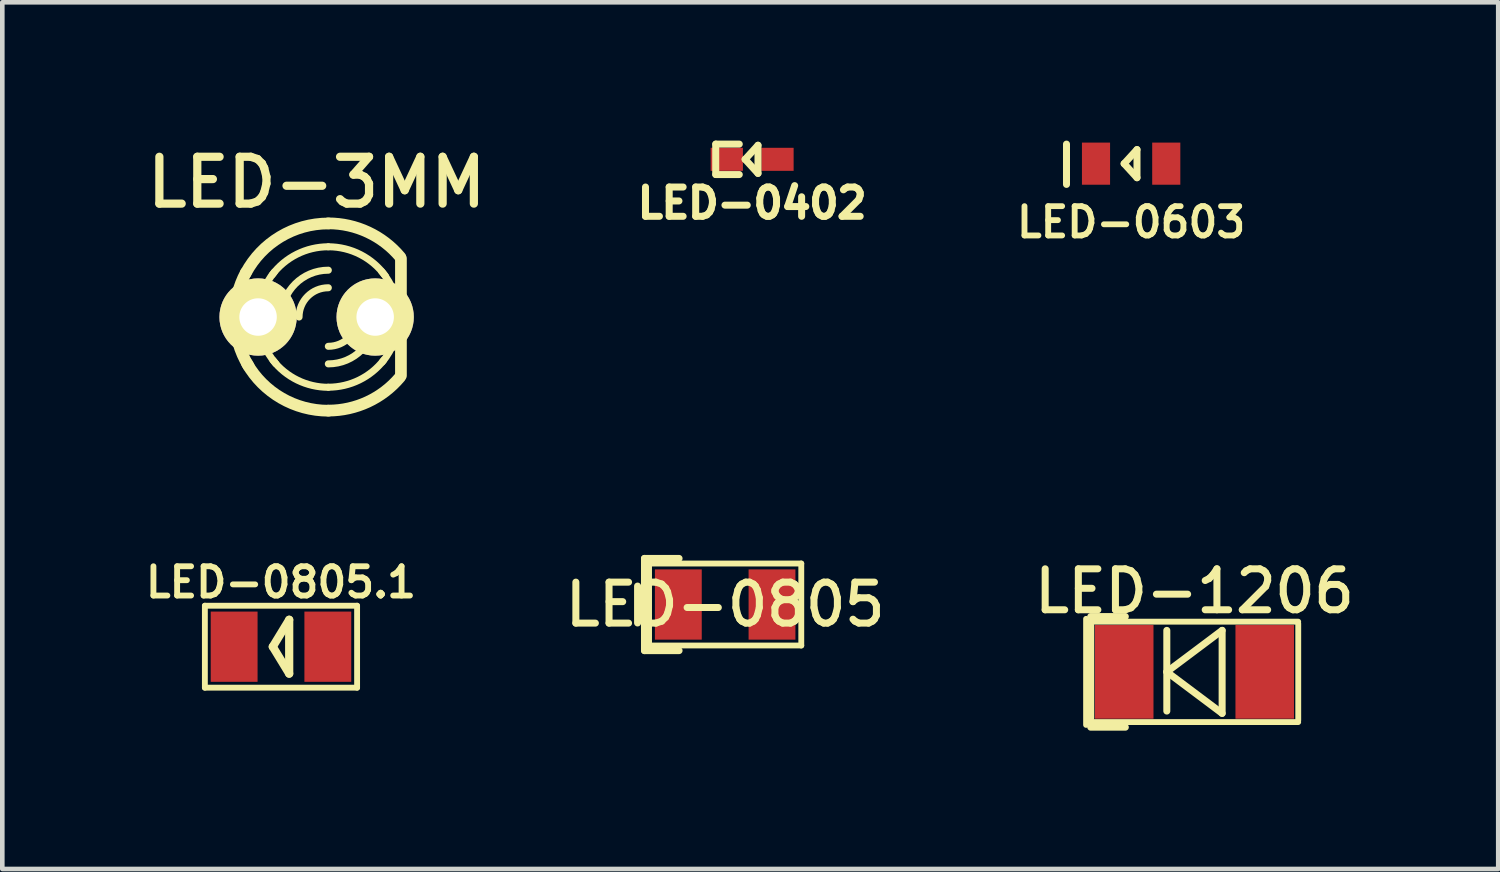
<source format=kicad_pcb>
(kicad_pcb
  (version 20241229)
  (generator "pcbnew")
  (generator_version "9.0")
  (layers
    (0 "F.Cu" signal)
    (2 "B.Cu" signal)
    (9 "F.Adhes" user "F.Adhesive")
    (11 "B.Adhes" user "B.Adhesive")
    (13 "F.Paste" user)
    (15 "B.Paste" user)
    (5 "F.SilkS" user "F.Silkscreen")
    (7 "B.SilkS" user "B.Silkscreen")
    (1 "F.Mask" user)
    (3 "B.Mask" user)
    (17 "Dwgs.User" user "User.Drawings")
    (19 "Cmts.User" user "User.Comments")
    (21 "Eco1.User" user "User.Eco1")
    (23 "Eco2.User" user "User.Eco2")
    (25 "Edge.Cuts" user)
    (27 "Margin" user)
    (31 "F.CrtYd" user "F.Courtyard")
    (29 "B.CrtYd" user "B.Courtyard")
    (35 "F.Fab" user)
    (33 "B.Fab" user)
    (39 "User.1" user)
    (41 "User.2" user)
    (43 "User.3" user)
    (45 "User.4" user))
  (footprint "LED-3MM"
    (layer "F.Cu")
    (at 3.818 3.827)
    (property "Reference" "LED-3MM" (at 0 -2.921 0) (layer "F.SilkS") (effects (font (size 1.016 1.016) (thickness 0.178))))
    (attr through_hole)
    (fp_line (start 1.829 1.27) (end 1.829 -1.27) (stroke (width 0.254) (type solid)) (layer "F.SilkS"))
    (fp_arc (start -1.778 0) (mid -1.716347 -0.496745) (end -1.53513 -0.963347) (stroke (width 0.254) (type solid)) (layer "F.SilkS"))
    (fp_arc (start -1.5367 -0.95504) (mid -0.790567 -1.739997) (end 0.253025 -2.02946) (stroke (width 0.254) (type solid)) (layer "F.SilkS"))
    (fp_arc (start -1.47574 1.06426) (mid -1.700164 0.553076) (end -1.776923 0.0001) (stroke (width 0.254) (type solid)) (layer "F.SilkS"))
    (fp_arc (start -1.27 0) (mid -1.178999 -0.518738) (end -0.916864 -0.975527) (stroke (width 0.1524) (type solid)) (layer "F.SilkS"))
    (fp_arc (start -0.9652 -0.9144) (mid -0.427912 -1.362928) (end 0.253199 -1.524) (stroke (width 0.1524) (type solid)) (layer "F.SilkS"))
    (fp_arc (start -0.88392 1.01092) (mid -1.168742 0.540951) (end -1.268111 0.000469) (stroke (width 0.1524) (type solid)) (layer "F.SilkS"))
    (fp_arc (start -0.762 0) (mid -0.46442 -0.71842) (end 0.254 -1.016) (stroke (width 0.1524) (type solid)) (layer "F.SilkS"))
    (fp_arc (start -0.381 0) (mid -0.195013 -0.449013) (end 0.254 -0.635) (stroke (width 0.1524) (type solid)) (layer "F.SilkS"))
    (fp_arc (start 0.254 -2.032) (mid 1.114367 -1.840867) (end 1.81288 -1.303426) (stroke (width 0.254) (type solid)) (layer "F.SilkS"))
    (fp_arc (start 0.254 -1.524) (mid 0.950618 -1.35547) (end 1.493166 -0.887155) (stroke (width 0.1524) (type solid)) (layer "F.SilkS"))
    (fp_arc (start 0.254 1.524) (mid -0.415273 1.369179) (end -0.948564 0.936171) (stroke (width 0.1524) (type solid)) (layer "F.SilkS"))
    (fp_arc (start 0.254 2.032) (mid -0.76507 1.757988) (end -1.509299 1.009851) (stroke (width 0.254) (type solid)) (layer "F.SilkS"))
    (fp_arc (start 0.889 0) (mid 0.703013 0.449013) (end 0.254 0.635) (stroke (width 0.1524) (type solid)) (layer "F.SilkS"))
    (fp_arc (start 1.27 0) (mid 0.97242 0.71842) (end 0.254 1.016) (stroke (width 0.1524) (type solid)) (layer "F.SilkS"))
    (fp_arc (start 1.4097 -0.9906) (mid 1.681593 -0.528119) (end 1.776147 -0.000034) (stroke (width 0.1524) (type solid)) (layer "F.SilkS"))
    (fp_arc (start 1.45542 0.93472) (mid 0.922882 1.367373) (end 0.254442 1.522206) (stroke (width 0.1524) (type solid)) (layer "F.SilkS"))
    (fp_arc (start 1.778 0) (mid 1.686999 0.518738) (end 1.424864 0.975527) (stroke (width 0.1524) (type solid)) (layer "F.SilkS"))
    (fp_arc (start 1.8034 1.31064) (mid 1.109154 1.840416) (end 0.256552 2.029387) (stroke (width 0.254) (type solid)) (layer "F.SilkS"))
    (pad "A" thru_hole circle (at -1.27 0) (size 1.676 1.676) (drill 0.813) (layers "*.Cu" "*.Mask" "F.SilkS"))
    (pad "K" thru_hole circle (at 1.27 0) (size 1.676 1.676) (drill 0.813) (layers "*.Cu" "*.Mask" "F.SilkS")))
  (footprint "LED-0402"
    (layer "F.Cu")
    (at 13.265 0.406)
    (property "Reference" "LED-0402" (at 0 0.95 0) (layer "F.SilkS") (effects (font (size 0.635 0.635) (thickness 0.152))))
    (attr smd)
    (fp_line (start -0.79 -0.33) (end -0.79 0.33) (stroke (width 0.152) (type solid)) (layer "F.SilkS"))
    (fp_line (start -0.787 -0.33) (end -0.279 -0.33) (stroke (width 0.152) (type solid)) (layer "F.SilkS"))
    (fp_line (start -0.787 0.33) (end -0.279 0.33) (stroke (width 0.152) (type solid)) (layer "F.SilkS"))
    (fp_line (start -0.152 0) (end 0.127 -0.305) (stroke (width 0.152) (type solid)) (layer "F.SilkS"))
    (fp_line (start 0.127 -0.305) (end 0.127 0.305) (stroke (width 0.152) (type solid)) (layer "F.SilkS"))
    (fp_line (start 0.127 0.305) (end -0.152 0) (stroke (width 0.152) (type solid)) (layer "F.SilkS"))
    (pad "A" smd rect (at 0.55 0) (size 0.7 0.5) (layers "F.Cu" "F.Mask" "F.Paste"))
    (pad "K" smd rect (at -0.55 0) (size 0.7 0.5) (layers "F.Cu" "F.Mask" "F.Paste")))
  (footprint "LED-1206"
    (layer "F.Cu")
    (at 22.86 11.524)
    (property "Reference" "LED-1206" (at 0 -1.75 0) (layer "F.SilkS") (effects (font (size 0.889 0.889) (thickness 0.152))))
    (attr smd)
    (fp_line (start -2.351 1.15) (end -2.351 -1.15) (stroke (width 0.127) (type solid)) (layer "F.SilkS"))
    (fp_line (start -2.25 -1.089) (end 2.25 -1.089) (stroke (width 0.127) (type solid)) (layer "F.SilkS"))
    (fp_line (start -2.25 -1) (end -2.25 1) (stroke (width 0.152) (type solid)) (layer "F.SilkS"))
    (fp_line (start -2.25 1.2) (end -1.5 1.2) (stroke (width 0.152) (type solid)) (layer "F.SilkS"))
    (fp_line (start -1.5 -1.2) (end -2.25 -1.2) (stroke (width 0.152) (type solid)) (layer "F.SilkS"))
    (fp_line (start -0.6 -0.9) (end -0.6 0.85) (stroke (width 0.152) (type solid)) (layer "F.SilkS"))
    (fp_line (start -0.6 0) (end 0.6 -0.9) (stroke (width 0.152) (type solid)) (layer "F.SilkS"))
    (fp_line (start 0.6 -0.9) (end 0.6 0.9) (stroke (width 0.152) (type solid)) (layer "F.SilkS"))
    (fp_line (start 0.6 0.9) (end -0.6 0) (stroke (width 0.152) (type solid)) (layer "F.SilkS"))
    (fp_line (start 2.25 1.089) (end -2.25 1.089) (stroke (width 0.127) (type solid)) (layer "F.SilkS"))
    (fp_line (start 2.251 -1.05) (end 2.251 1.05) (stroke (width 0.127) (type solid)) (layer "F.SilkS"))
    (pad "A" smd rect (at 1.524 0 90) (size 2.032 1.27) (layers "F.Cu" "F.Mask" "F.Paste"))
    (pad "K" smd rect (at -1.524 0 90) (size 2.032 1.27) (layers "F.Cu" "F.Mask" "F.Paste")))
  (footprint "LED-0603"
    (layer "F.Cu")
    (at 21.486 0.5)
    (property "Reference" "LED-0603" (at 0 1.27 0) (layer "F.SilkS") (effects (font (size 0.635 0.635) (thickness 0.127))))
    (attr smd)
    (fp_line (start -1.402 -0.424) (end -1.402 0.45) (stroke (width 0.152) (type solid)) (layer "F.SilkS"))
    (fp_line (start -0.152 0) (end 0.127 -0.305) (stroke (width 0.152) (type solid)) (layer "F.SilkS"))
    (fp_line (start 0.127 -0.305) (end 0.127 0.305) (stroke (width 0.152) (type solid)) (layer "F.SilkS"))
    (fp_line (start 0.127 0.305) (end -0.152 0) (stroke (width 0.152) (type solid)) (layer "F.SilkS"))
    (pad "A" smd rect (at 0.762 0) (size 0.61 0.914) (layers "F.Cu" "F.Mask" "F.Paste"))
    (pad "K" smd rect (at -0.762 0) (size 0.61 0.914) (layers "F.Cu" "F.Mask" "F.Paste")))
  (footprint "LED-0805.1"
    (layer "F.Cu")
    (at 3.045 10.978)
    (property "Reference" "LED-0805.1" (at 0 -1.397 180) (layer "F.SilkS") (effects (font (size 0.635 0.635) (thickness 0.127))))
    (attr smd)
    (fp_line (start -1.651 -0.889) (end 1.651 -0.889) (stroke (width 0.127) (type solid)) (layer "F.SilkS"))
    (fp_line (start -1.651 0.889) (end -1.651 -0.889) (stroke (width 0.127) (type solid)) (layer "F.SilkS"))
    (fp_line (start -0.178 0) (end 0.178 -0.584) (stroke (width 0.178) (type solid)) (layer "F.SilkS"))
    (fp_line (start 0.178 0.584) (end -0.178 0) (stroke (width 0.178) (type solid)) (layer "F.SilkS"))
    (fp_line (start 0.178 0.584) (end 0.178 -0.584) (stroke (width 0.178) (type solid)) (layer "F.SilkS"))
    (fp_line (start 1.651 -0.889) (end 1.651 0.889) (stroke (width 0.127) (type solid)) (layer "F.SilkS"))
    (fp_line (start 1.651 0.889) (end -1.651 0.889) (stroke (width 0.127) (type solid)) (layer "F.SilkS"))
    (pad "A" smd rect (at 1.016 0 90) (size 1.524 1.016) (layers "F.Cu" "F.Mask" "F.Paste"))
    (pad "K" smd rect (at -1.016 0 90) (size 1.524 1.016) (layers "F.Cu" "F.Mask" "F.Paste")))
  (footprint "LED-0805"
    (layer "F.Cu")
    (at 12.68 10.063)
    (property "Reference" "LED-0805" (at 0 0 0) (layer "F.SilkS") (effects (font (size 0.889 0.889) (thickness 0.152))))
    (attr smd)
    (fp_line (start -1.9 -0.4) (end -1.9 0.4) (stroke (width 0.152) (type solid)) (layer "F.SilkS"))
    (fp_line (start -1.75 -1) (end -1.75 1) (stroke (width 0.152) (type solid)) (layer "F.SilkS"))
    (fp_line (start -1.75 1) (end -1 1) (stroke (width 0.152) (type solid)) (layer "F.SilkS"))
    (fp_line (start -1.651 -0.889) (end 1.651 -0.889) (stroke (width 0.127) (type solid)) (layer "F.SilkS"))
    (fp_line (start -1.651 0.889) (end -1.651 -0.889) (stroke (width 0.127) (type solid)) (layer "F.SilkS"))
    (fp_line (start -1 -1) (end -1.75 -1) (stroke (width 0.152) (type solid)) (layer "F.SilkS"))
    (fp_line (start 1.651 -0.889) (end 1.651 0.889) (stroke (width 0.127) (type solid)) (layer "F.SilkS"))
    (fp_line (start 1.651 0.889) (end -1.651 0.889) (stroke (width 0.127) (type solid)) (layer "F.SilkS"))
    (pad "A" smd rect (at 1.016 0 90) (size 1.524 1.016) (layers "F.Cu" "F.Mask" "F.Paste"))
    (pad "K" smd rect (at -1.016 0 90) (size 1.524 1.016) (layers "F.Cu" "F.Mask" "F.Paste")))
  (gr_rect
    (start -3 -3)
    (end 29.449 15.8)
    (stroke (width 0.1) (type default))
    (fill no)
    (layer "Edge.Cuts")))
</source>
